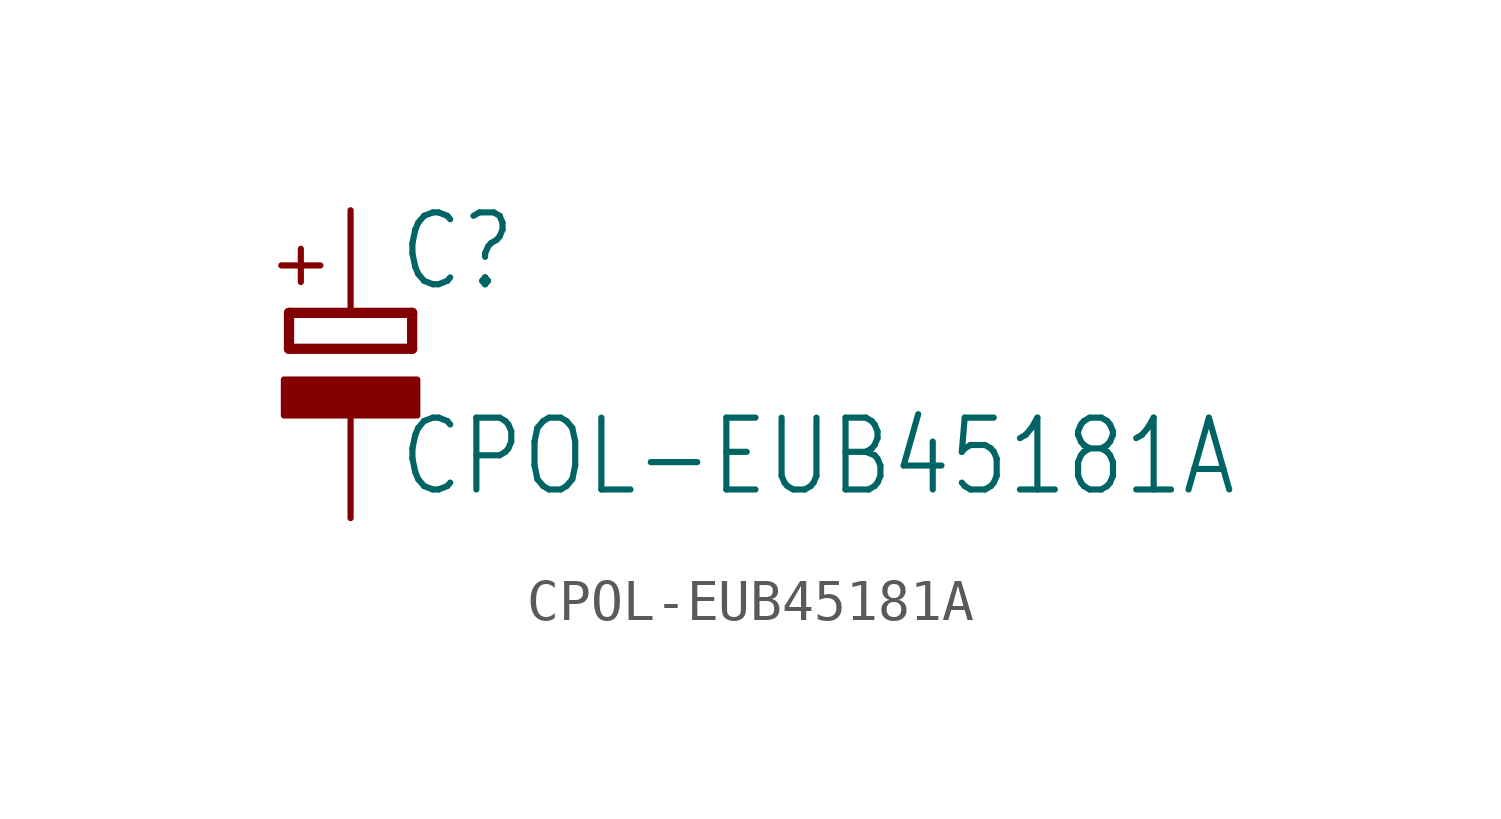
<source format=kicad_sym>
(kicad_symbol_lib
  (version 20220331)
  (generator kicad_symbol_editor)
  (symbol "CPOL-EUB45181A"
    (property "Reference" "C"
      (at 1.143 0.483 0)
      (effects (font (size 1.778 1.511)) (justify left bottom)))
    (property "Value" "CPOL-EUB45181A"
      (at 1.143 -4.597 0)
      (effects (font (size 1.778 1.511)) (justify left bottom)))
    (property "ki_locked" ""
      (at 0 0 0)
      (effects (font (size 1.27 1.27))))
    (symbol "CPOL-EUB45181A_1_0"
      (rectangle (start -1.651 -2.54) (end 1.651 -1.651) (stroke (width 0) (type default)) (fill (type outline)))
      (polyline (pts (xy -1.524 -0.889) (xy 1.524 -0.889)) (stroke (width 0.254) (type solid)) (fill (type none)))
      (polyline (pts (xy -1.524 0) (xy -1.524 -0.889)) (stroke (width 0.254) (type solid)) (fill (type none)))
      (polyline (pts (xy -1.524 0) (xy 1.524 0)) (stroke (width 0.254) (type solid)) (fill (type none)))
      (polyline (pts (xy 1.524 -0.889) (xy 1.524 0)) (stroke (width 0.254) (type solid)) (fill (type none)))
      (text "+" (at -0.584 0.406 900) (effects (font (size 1.27 1.079)) (justify left bottom)))
      (pin passive line (at 0 2.54 270) (length 2.54) (name "+" (effects (font (size 0 0)))) (number "+" (effects (font (size 0 0)))))
      (pin passive line (at 0 -5.08 90) (length 2.54) (name "-" (effects (font (size 0 0)))) (number "-" (effects (font (size 0 0))))))))
</source>
